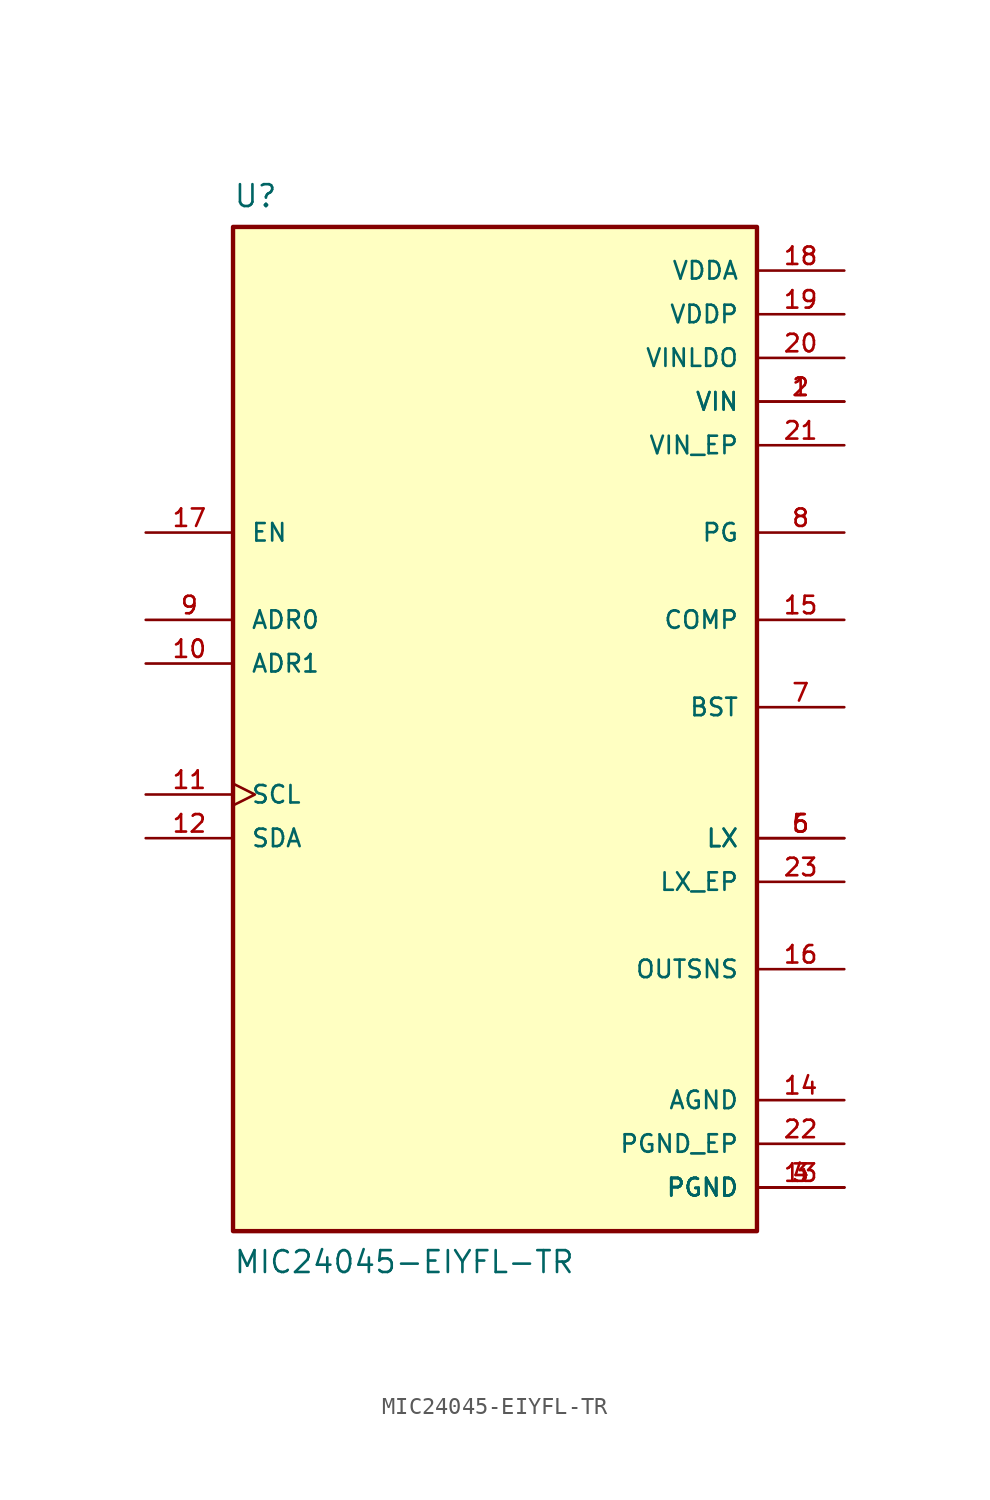
<source format=kicad_sym>
(kicad_symbol_lib
  (version 20211014)
  (generator kicad_symbol_editor)
  (symbol "MIC24045-EIYFL-TR"
    (pin_names
      (offset 1.016))
    (property "Reference" "U"
      (at -15.24 33.02 0)
      (effects (font (size 1.27 1.27)) (justify top left)))
    (property "Value" "MIC24045-EIYFL-TR"
      (at -15.24 -30.48 0)
      (effects (font (size 1.27 1.27)) (justify bottom left)))
    (symbol "MIC24045-EIYFL-TR_0_0"
      (rectangle (start -15.24 -27.94) (end 15.24 30.48) (stroke (width 0.254)) (fill (type background)))
      (pin power_in line (at 20.32 20.32 180.0) (length 5.08) (name "VIN" (effects (font (size 1.016 1.016)))) (number "1" (effects (font (size 1.016 1.016)))))
      (pin power_in line (at 20.32 20.32 180.0) (length 5.08) (name "VIN" (effects (font (size 1.016 1.016)))) (number "2" (effects (font (size 1.016 1.016)))))
      (pin power_in line (at 20.32 -25.4 180.0) (length 5.08) (name "PGND" (effects (font (size 1.016 1.016)))) (number "3" (effects (font (size 1.016 1.016)))))
      (pin power_in line (at 20.32 -25.4 180.0) (length 5.08) (name "PGND" (effects (font (size 1.016 1.016)))) (number "4" (effects (font (size 1.016 1.016)))))
      (pin power_in line (at 20.32 -25.4 180.0) (length 5.08) (name "PGND" (effects (font (size 1.016 1.016)))) (number "13" (effects (font (size 1.016 1.016)))))
      (pin passive line (at 20.32 -5.08 180.0) (length 5.08) (name "LX" (effects (font (size 1.016 1.016)))) (number "5" (effects (font (size 1.016 1.016)))))
      (pin passive line (at 20.32 -5.08 180.0) (length 5.08) (name "LX" (effects (font (size 1.016 1.016)))) (number "6" (effects (font (size 1.016 1.016)))))
      (pin passive line (at 20.32 2.54 180.0) (length 5.08) (name "BST" (effects (font (size 1.016 1.016)))) (number "7" (effects (font (size 1.016 1.016)))))
      (pin output line (at 20.32 12.7 180.0) (length 5.08) (name "PG" (effects (font (size 1.016 1.016)))) (number "8" (effects (font (size 1.016 1.016)))))
      (pin input line (at -20.32 7.62 0) (length 5.08) (name "ADR0" (effects (font (size 1.016 1.016)))) (number "9" (effects (font (size 1.016 1.016)))))
      (pin input line (at -20.32 5.08 0) (length 5.08) (name "ADR1" (effects (font (size 1.016 1.016)))) (number "10" (effects (font (size 1.016 1.016)))))
      (pin input clock (at -20.32 -2.54 0) (length 5.08) (name "SCL" (effects (font (size 1.016 1.016)))) (number "11" (effects (font (size 1.016 1.016)))))
      (pin bidirectional line (at -20.32 -5.08 0) (length 5.08) (name "SDA" (effects (font (size 1.016 1.016)))) (number "12" (effects (font (size 1.016 1.016)))))
      (pin power_in line (at 20.32 -20.32 180.0) (length 5.08) (name "AGND" (effects (font (size 1.016 1.016)))) (number "14" (effects (font (size 1.016 1.016)))))
      (pin output line (at 20.32 7.62 180.0) (length 5.08) (name "COMP" (effects (font (size 1.016 1.016)))) (number "15" (effects (font (size 1.016 1.016)))))
      (pin input line (at 20.32 -12.7 180.0) (length 5.08) (name "OUTSNS" (effects (font (size 1.016 1.016)))) (number "16" (effects (font (size 1.016 1.016)))))
      (pin input line (at -20.32 12.7 0) (length 5.08) (name "EN" (effects (font (size 1.016 1.016)))) (number "17" (effects (font (size 1.016 1.016)))))
      (pin power_in line (at 20.32 27.94 180.0) (length 5.08) (name "VDDA" (effects (font (size 1.016 1.016)))) (number "18" (effects (font (size 1.016 1.016)))))
      (pin power_in line (at 20.32 25.4 180.0) (length 5.08) (name "VDDP" (effects (font (size 1.016 1.016)))) (number "19" (effects (font (size 1.016 1.016)))))
      (pin power_in line (at 20.32 22.86 180.0) (length 5.08) (name "VINLDO" (effects (font (size 1.016 1.016)))) (number "20" (effects (font (size 1.016 1.016)))))
      (pin power_in line (at 20.32 17.78 180.0) (length 5.08) (name "VIN_EP" (effects (font (size 1.016 1.016)))) (number "21" (effects (font (size 1.016 1.016)))))
      (pin power_in line (at 20.32 -22.86 180.0) (length 5.08) (name "PGND_EP" (effects (font (size 1.016 1.016)))) (number "22" (effects (font (size 1.016 1.016)))))
      (pin passive line (at 20.32 -7.62 180.0) (length 5.08) (name "LX_EP" (effects (font (size 1.016 1.016)))) (number "23" (effects (font (size 1.016 1.016))))))))
</source>
